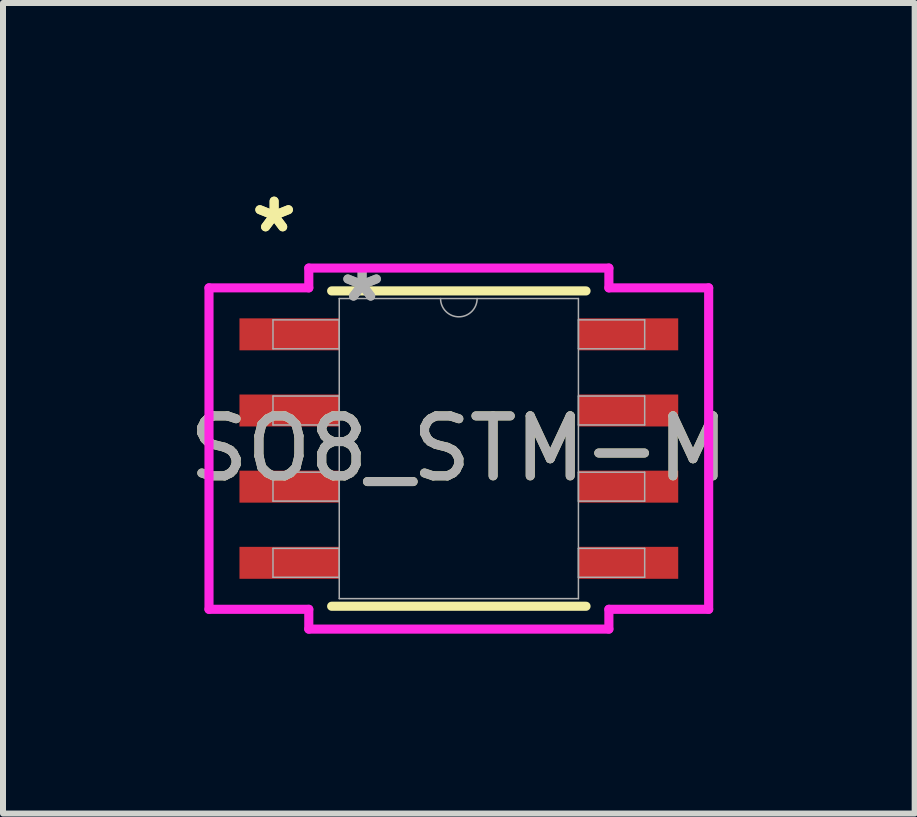
<source format=kicad_pcb>
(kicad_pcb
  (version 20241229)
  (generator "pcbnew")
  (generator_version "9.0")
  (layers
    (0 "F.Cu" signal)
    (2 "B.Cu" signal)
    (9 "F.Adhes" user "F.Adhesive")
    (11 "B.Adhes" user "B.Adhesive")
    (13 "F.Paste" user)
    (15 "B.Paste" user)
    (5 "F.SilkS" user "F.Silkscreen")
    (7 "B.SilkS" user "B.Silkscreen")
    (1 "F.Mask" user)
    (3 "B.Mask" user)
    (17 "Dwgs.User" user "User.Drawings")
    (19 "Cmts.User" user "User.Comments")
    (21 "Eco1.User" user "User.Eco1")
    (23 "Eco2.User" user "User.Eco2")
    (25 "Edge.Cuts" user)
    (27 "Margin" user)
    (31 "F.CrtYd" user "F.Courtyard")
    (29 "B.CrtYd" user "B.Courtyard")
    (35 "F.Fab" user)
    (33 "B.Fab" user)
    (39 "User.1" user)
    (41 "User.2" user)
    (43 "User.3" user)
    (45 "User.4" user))
  (footprint "SO8_STM-M"
    (layer "F.Cu")
    (at 4.601 4.43)
    (property "Reference" "SO8_STM-M" (at 0 0 0) (unlocked yes) (layer "F.SilkS") (effects (font (size 1 1) (thickness 0.15))))
    (attr smd)
    (fp_line (start -2.121 2.629) (end 2.121 2.629) (stroke (width 0.152) (type solid)) (layer "F.SilkS"))
    (fp_line (start 2.121 -2.629) (end -2.121 -2.629) (stroke (width 0.152) (type solid)) (layer "F.SilkS"))
    (fp_line (start -4.166 -2.68) (end -2.502 -2.68) (stroke (width 0.152) (type solid)) (layer "F.CrtYd"))
    (fp_line (start -4.166 2.68) (end -4.166 -2.68) (stroke (width 0.152) (type solid)) (layer "F.CrtYd"))
    (fp_line (start -4.166 2.68) (end -2.502 2.68) (stroke (width 0.152) (type solid)) (layer "F.CrtYd"))
    (fp_line (start -2.502 -3.01) (end 2.502 -3.01) (stroke (width 0.152) (type solid)) (layer "F.CrtYd"))
    (fp_line (start -2.502 -2.68) (end -2.502 -3.01) (stroke (width 0.152) (type solid)) (layer "F.CrtYd"))
    (fp_line (start -2.502 3.01) (end -2.502 2.68) (stroke (width 0.152) (type solid)) (layer "F.CrtYd"))
    (fp_line (start 2.502 -3.01) (end 2.502 -2.68) (stroke (width 0.152) (type solid)) (layer "F.CrtYd"))
    (fp_line (start 2.502 2.68) (end 2.502 3.01) (stroke (width 0.152) (type solid)) (layer "F.CrtYd"))
    (fp_line (start 2.502 3.01) (end -2.502 3.01) (stroke (width 0.152) (type solid)) (layer "F.CrtYd"))
    (fp_line (start 4.166 -2.68) (end 2.502 -2.68) (stroke (width 0.152) (type solid)) (layer "F.CrtYd"))
    (fp_line (start 4.166 -2.68) (end 4.166 2.68) (stroke (width 0.152) (type solid)) (layer "F.CrtYd"))
    (fp_line (start 4.166 2.68) (end 2.502 2.68) (stroke (width 0.152) (type solid)) (layer "F.CrtYd"))
    (fp_line (start -3.099 -2.146) (end -3.099 -1.664) (stroke (width 0.025) (type solid)) (layer "F.Fab"))
    (fp_line (start -3.099 -1.664) (end -1.994 -1.664) (stroke (width 0.025) (type solid)) (layer "F.Fab"))
    (fp_line (start -3.099 -0.876) (end -3.099 -0.394) (stroke (width 0.025) (type solid)) (layer "F.Fab"))
    (fp_line (start -3.099 -0.394) (end -1.994 -0.394) (stroke (width 0.025) (type solid)) (layer "F.Fab"))
    (fp_line (start -3.099 0.394) (end -3.099 0.876) (stroke (width 0.025) (type solid)) (layer "F.Fab"))
    (fp_line (start -3.099 0.876) (end -1.994 0.876) (stroke (width 0.025) (type solid)) (layer "F.Fab"))
    (fp_line (start -3.099 1.664) (end -3.099 2.146) (stroke (width 0.025) (type solid)) (layer "F.Fab"))
    (fp_line (start -3.099 2.146) (end -1.994 2.146) (stroke (width 0.025) (type solid)) (layer "F.Fab"))
    (fp_line (start -1.994 -2.502) (end -1.994 2.502) (stroke (width 0.025) (type solid)) (layer "F.Fab"))
    (fp_line (start -1.994 -2.146) (end -3.099 -2.146) (stroke (width 0.025) (type solid)) (layer "F.Fab"))
    (fp_line (start -1.994 -1.664) (end -1.994 -2.146) (stroke (width 0.025) (type solid)) (layer "F.Fab"))
    (fp_line (start -1.994 -0.876) (end -3.099 -0.876) (stroke (width 0.025) (type solid)) (layer "F.Fab"))
    (fp_line (start -1.994 -0.394) (end -1.994 -0.876) (stroke (width 0.025) (type solid)) (layer "F.Fab"))
    (fp_line (start -1.994 0.394) (end -3.099 0.394) (stroke (width 0.025) (type solid)) (layer "F.Fab"))
    (fp_line (start -1.994 0.876) (end -1.994 0.394) (stroke (width 0.025) (type solid)) (layer "F.Fab"))
    (fp_line (start -1.994 1.664) (end -3.099 1.664) (stroke (width 0.025) (type solid)) (layer "F.Fab"))
    (fp_line (start -1.994 2.146) (end -1.994 1.664) (stroke (width 0.025) (type solid)) (layer "F.Fab"))
    (fp_line (start -1.994 2.502) (end 1.994 2.502) (stroke (width 0.025) (type solid)) (layer "F.Fab"))
    (fp_line (start 1.994 -2.502) (end -1.994 -2.502) (stroke (width 0.025) (type solid)) (layer "F.Fab"))
    (fp_line (start 1.994 -2.146) (end 1.994 -1.664) (stroke (width 0.025) (type solid)) (layer "F.Fab"))
    (fp_line (start 1.994 -1.664) (end 3.099 -1.664) (stroke (width 0.025) (type solid)) (layer "F.Fab"))
    (fp_line (start 1.994 -0.876) (end 1.994 -0.394) (stroke (width 0.025) (type solid)) (layer "F.Fab"))
    (fp_line (start 1.994 -0.394) (end 3.099 -0.394) (stroke (width 0.025) (type solid)) (layer "F.Fab"))
    (fp_line (start 1.994 0.394) (end 1.994 0.876) (stroke (width 0.025) (type solid)) (layer "F.Fab"))
    (fp_line (start 1.994 0.876) (end 3.099 0.876) (stroke (width 0.025) (type solid)) (layer "F.Fab"))
    (fp_line (start 1.994 1.664) (end 1.994 2.146) (stroke (width 0.025) (type solid)) (layer "F.Fab"))
    (fp_line (start 1.994 2.146) (end 3.099 2.146) (stroke (width 0.025) (type solid)) (layer "F.Fab"))
    (fp_line (start 1.994 2.502) (end 1.994 -2.502) (stroke (width 0.025) (type solid)) (layer "F.Fab"))
    (fp_line (start 3.099 -2.146) (end 1.994 -2.146) (stroke (width 0.025) (type solid)) (layer "F.Fab"))
    (fp_line (start 3.099 -1.664) (end 3.099 -2.146) (stroke (width 0.025) (type solid)) (layer "F.Fab"))
    (fp_line (start 3.099 -0.876) (end 1.994 -0.876) (stroke (width 0.025) (type solid)) (layer "F.Fab"))
    (fp_line (start 3.099 -0.394) (end 3.099 -0.876) (stroke (width 0.025) (type solid)) (layer "F.Fab"))
    (fp_line (start 3.099 0.394) (end 1.994 0.394) (stroke (width 0.025) (type solid)) (layer "F.Fab"))
    (fp_line (start 3.099 0.876) (end 3.099 0.394) (stroke (width 0.025) (type solid)) (layer "F.Fab"))
    (fp_line (start 3.099 1.664) (end 1.994 1.664) (stroke (width 0.025) (type solid)) (layer "F.Fab"))
    (fp_line (start 3.099 2.146) (end 3.099 1.664) (stroke (width 0.025) (type solid)) (layer "F.Fab"))
    (fp_arc (start 0.3048 -2.5019) (mid 0 -2.1971) (end -0.3048 -2.5019) (stroke (width 0.0254) (type solid)) (layer "F.Fab"))
    (fp_text user "*" (at -3.08 -3.581 0) (layer "F.SilkS") (effects (font (size 1 1) (thickness 0.15))))
    (fp_text user "*" (at -3.08 -3.581 0) (unlocked yes) (layer "F.SilkS") (effects (font (size 1 1) (thickness 0.15))))
    (fp_text user "*" (at -1.613 -2.426 0) (layer "F.Fab") (effects (font (size 1 1) (thickness 0.15))))
    (fp_text user "${REFERENCE}" (at 0 0 0) (unlocked yes) (layer "F.Fab") (effects (font (size 1 1) (thickness 0.15))))
    (fp_text user "*" (at -1.613 -2.426 0) (unlocked yes) (layer "F.Fab") (effects (font (size 1 1) (thickness 0.15))))
    (pad "1" smd rect (at -2.826 -1.905) (size 1.664 0.533) (layers "F.Cu" "F.Mask" "F.Paste"))
    (pad "2" smd rect (at -2.826 -0.635) (size 1.664 0.533) (layers "F.Cu" "F.Mask" "F.Paste"))
    (pad "3" smd rect (at -2.826 0.635) (size 1.664 0.533) (layers "F.Cu" "F.Mask" "F.Paste"))
    (pad "4" smd rect (at -2.826 1.905) (size 1.664 0.533) (layers "F.Cu" "F.Mask" "F.Paste"))
    (pad "5" smd rect (at 2.826 1.905) (size 1.664 0.533) (layers "F.Cu" "F.Mask" "F.Paste"))
    (pad "6" smd rect (at 2.826 0.635) (size 1.664 0.533) (layers "F.Cu" "F.Mask" "F.Paste"))
    (pad "7" smd rect (at 2.826 -0.635) (size 1.664 0.533) (layers "F.Cu" "F.Mask" "F.Paste"))
    (pad "8" smd rect (at 2.826 -1.905) (size 1.664 0.533) (layers "F.Cu" "F.Mask" "F.Paste")))
  (gr_rect
    (start -3 -3)
    (end 12.202 10.516)
    (stroke (width 0.1) (type default))
    (fill no)
    (layer "Edge.Cuts")))
</source>
